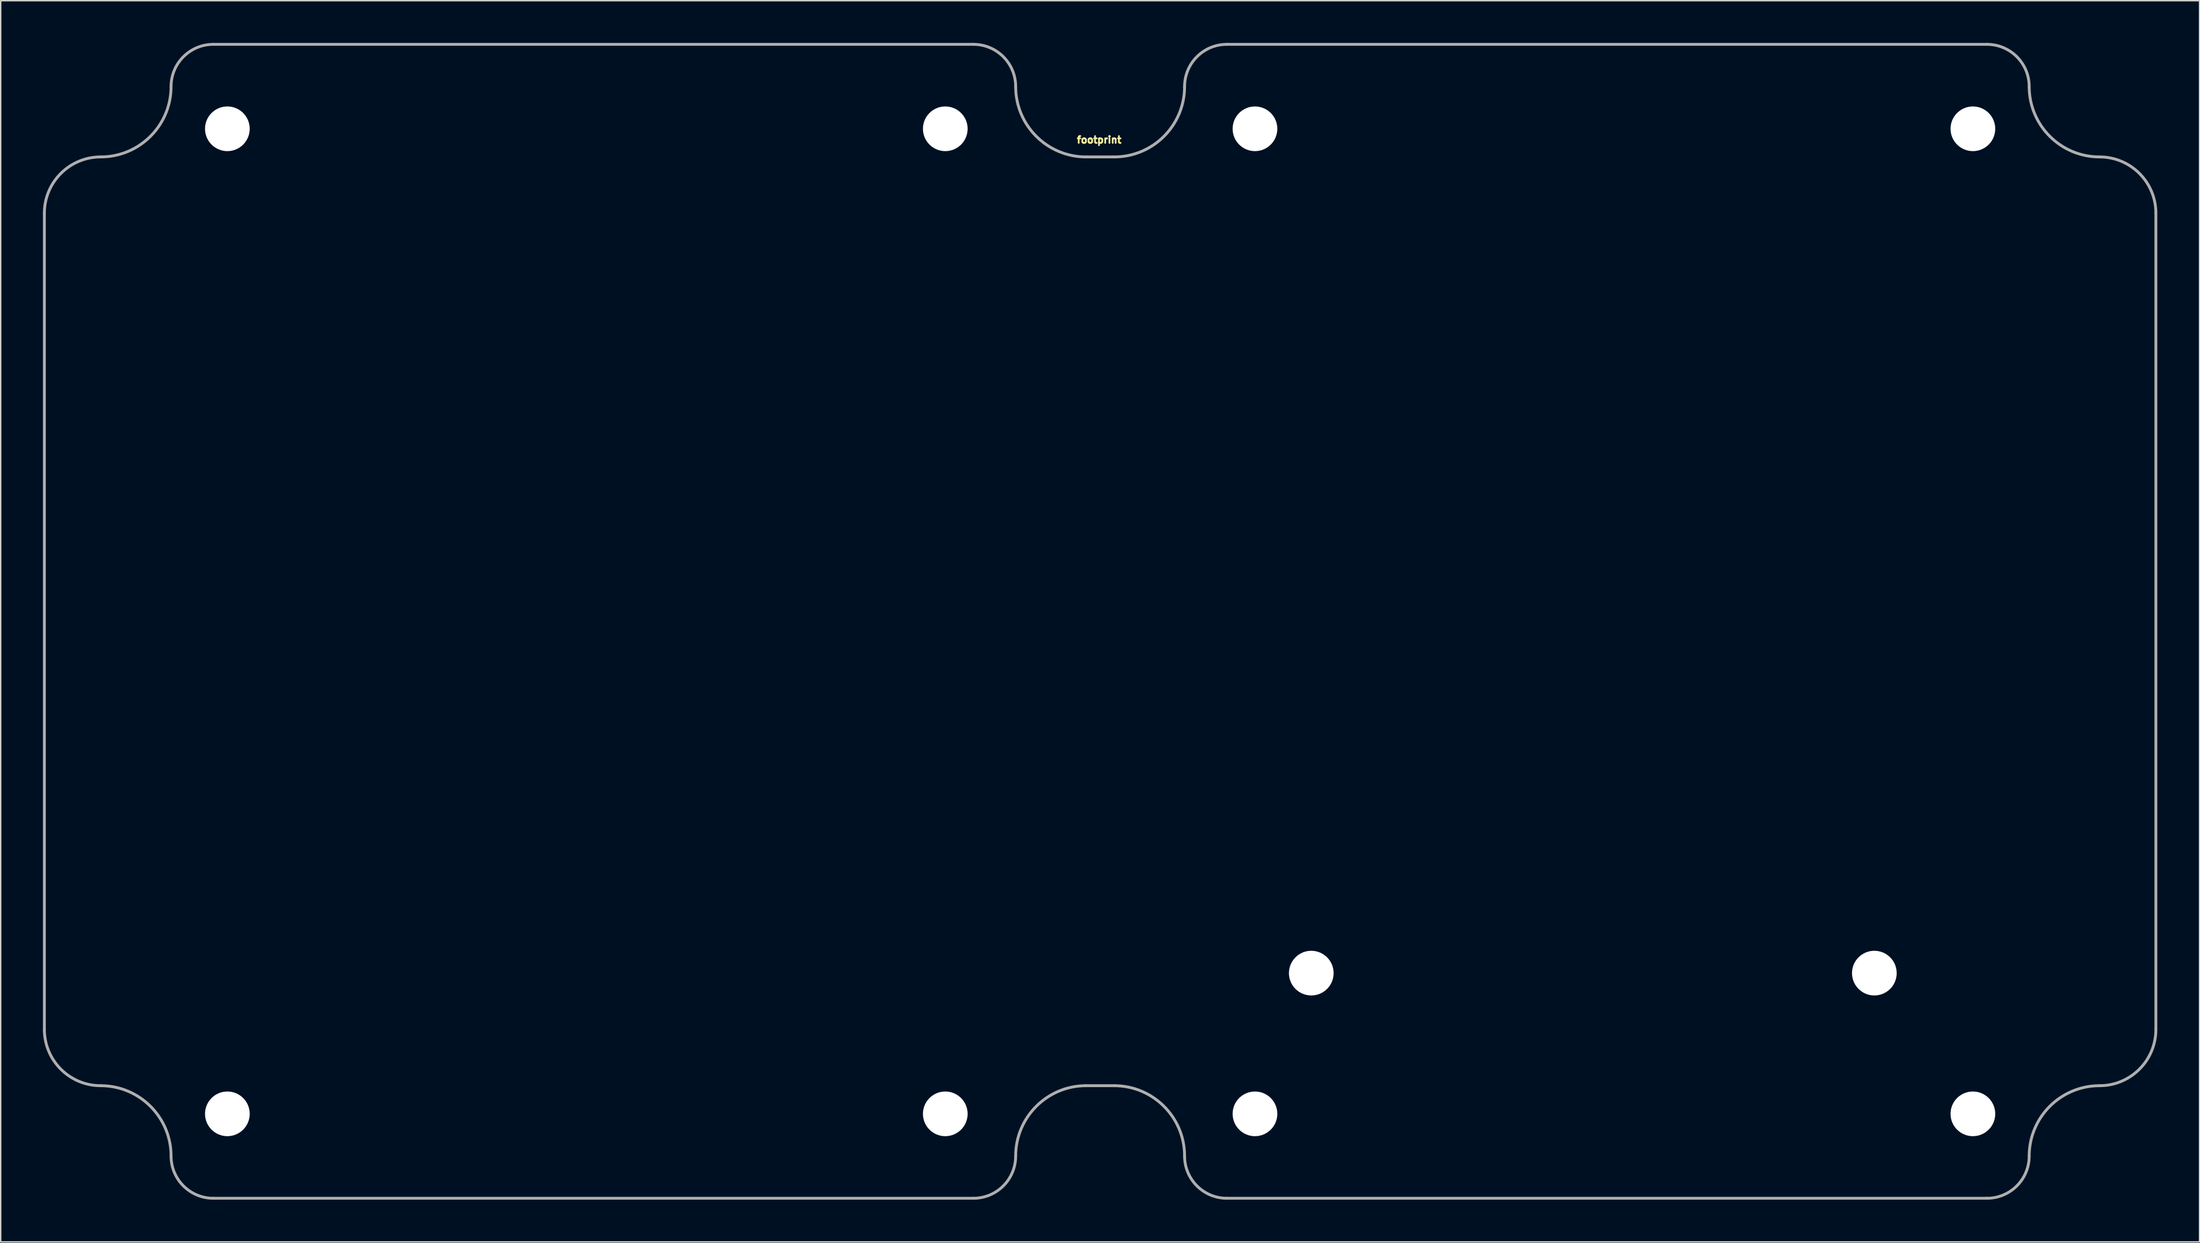
<source format=kicad_pcb>
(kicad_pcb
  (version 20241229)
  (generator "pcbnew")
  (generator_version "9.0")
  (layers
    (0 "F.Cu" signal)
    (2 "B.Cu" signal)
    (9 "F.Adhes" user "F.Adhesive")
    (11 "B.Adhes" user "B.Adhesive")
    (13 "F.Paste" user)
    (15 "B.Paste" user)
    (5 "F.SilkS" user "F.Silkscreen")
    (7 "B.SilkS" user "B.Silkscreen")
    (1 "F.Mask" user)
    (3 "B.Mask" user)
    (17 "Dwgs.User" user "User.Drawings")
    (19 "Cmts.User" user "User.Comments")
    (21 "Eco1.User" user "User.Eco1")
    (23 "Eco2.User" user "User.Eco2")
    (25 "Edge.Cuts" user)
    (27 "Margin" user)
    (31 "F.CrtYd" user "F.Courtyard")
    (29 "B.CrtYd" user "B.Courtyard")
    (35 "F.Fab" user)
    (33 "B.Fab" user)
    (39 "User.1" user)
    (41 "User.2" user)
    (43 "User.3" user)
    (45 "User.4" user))
  (footprint "footprint"
    (layer "F.Cu")
    (at 75.032 41.462)
    (property "Reference" "footprint" (at 0 -34.29 0) (layer "F.SilkS") (effects (font (size 0.488 0.488) (thickness 0.122)) (justify bottom)))
    (fp_line (start -74.93 -29.36) (end -74.93 28.64) (stroke (width 0.203) (type solid)) (layer "F.Fab"))
    (fp_line (start -62.93 40.64) (end -8.93 40.64) (stroke (width 0.203) (type solid)) (layer "F.Fab"))
    (fp_line (start -8.93 -41.36) (end -62.93 -41.36) (stroke (width 0.203) (type solid)) (layer "F.Fab"))
    (fp_line (start -0.93 -33.36) (end 1.07 -33.36) (stroke (width 0.203) (type solid)) (layer "F.Fab"))
    (fp_line (start -0.93 32.64) (end 1.07 32.64) (stroke (width 0.203) (type solid)) (layer "F.Fab"))
    (fp_line (start 9.07 40.64) (end 63.07 40.64) (stroke (width 0.203) (type solid)) (layer "F.Fab"))
    (fp_line (start 63.07 -41.36) (end 9.07 -41.36) (stroke (width 0.203) (type solid)) (layer "F.Fab"))
    (fp_line (start 75.07 28.64) (end 75.07 -29.36) (stroke (width 0.203) (type solid)) (layer "F.Fab"))
    (fp_arc (start -74.93 -29.36) (mid -73.758427 -32.188427) (end -70.93 -33.36) (stroke (width 0.2032) (type solid)) (layer "F.Fab"))
    (fp_arc (start -70.93 32.64) (mid -73.758427 31.468427) (end -74.93 28.64) (stroke (width 0.2032) (type solid)) (layer "F.Fab"))
    (fp_arc (start -70.93 32.64) (mid -67.394466 34.104466) (end -65.93 37.64) (stroke (width 0.2032) (type solid)) (layer "F.Fab"))
    (fp_arc (start -65.93 -38.36) (mid -67.394466 -34.824466) (end -70.93 -33.36) (stroke (width 0.2032) (type solid)) (layer "F.Fab"))
    (fp_arc (start -65.93 -38.36) (mid -65.05132 -40.48132) (end -62.93 -41.36) (stroke (width 0.2032) (type solid)) (layer "F.Fab"))
    (fp_arc (start -62.93 40.64) (mid -65.05132 39.76132) (end -65.93 37.64) (stroke (width 0.2032) (type solid)) (layer "F.Fab"))
    (fp_arc (start -8.93 -41.36) (mid -6.80868 -40.48132) (end -5.93 -38.36) (stroke (width 0.2032) (type solid)) (layer "F.Fab"))
    (fp_arc (start -5.93 37.64) (mid -6.80868 39.76132) (end -8.93 40.64) (stroke (width 0.2032) (type solid)) (layer "F.Fab"))
    (fp_arc (start -5.93 37.64) (mid -4.465534 34.104465) (end -0.929999 32.639999) (stroke (width 0.2032) (type solid)) (layer "F.Fab"))
    (fp_arc (start -0.929999 -33.359999) (mid -4.465534 -34.824465) (end -5.93 -38.36) (stroke (width 0.2032) (type solid)) (layer "F.Fab"))
    (fp_arc (start 1.07 32.64) (mid 4.605534 34.104467) (end 6.069999 37.640001) (stroke (width 0.2032) (type solid)) (layer "F.Fab"))
    (fp_arc (start 6.069999 -38.360001) (mid 4.605534 -34.824467) (end 1.07 -33.36) (stroke (width 0.2032) (type solid)) (layer "F.Fab"))
    (fp_arc (start 6.07 -38.36) (mid 6.94868 -40.48132) (end 9.07 -41.36) (stroke (width 0.2032) (type solid)) (layer "F.Fab"))
    (fp_arc (start 9.07 40.64) (mid 6.94868 39.76132) (end 6.07 37.64) (stroke (width 0.2032) (type solid)) (layer "F.Fab"))
    (fp_arc (start 63.07 -41.36) (mid 65.19132 -40.48132) (end 66.07 -38.36) (stroke (width 0.2032) (type solid)) (layer "F.Fab"))
    (fp_arc (start 66.07 37.64) (mid 65.19132 39.76132) (end 63.07 40.64) (stroke (width 0.2032) (type solid)) (layer "F.Fab"))
    (fp_arc (start 66.07 37.64) (mid 67.534466 34.104466) (end 71.07 32.64) (stroke (width 0.2032) (type solid)) (layer "F.Fab"))
    (fp_arc (start 71.07 -33.36) (mid 67.534466 -34.824466) (end 66.07 -38.36) (stroke (width 0.2032) (type solid)) (layer "F.Fab"))
    (fp_arc (start 71.07 -33.36) (mid 73.898427 -32.188427) (end 75.07 -29.36) (stroke (width 0.2032) (type solid)) (layer "F.Fab"))
    (fp_arc (start 75.07 28.64) (mid 73.898427 31.468427) (end 71.07 32.64) (stroke (width 0.2032) (type solid)) (layer "F.Fab"))
    (pad "" np_thru_hole circle (at -61.93 -35.36) (size 3.175 3.175) (drill 3.175) (layers "*.Cu" "*.Mask"))
    (pad "" np_thru_hole circle (at -61.93 34.64) (size 3.175 3.175) (drill 3.175) (layers "*.Cu" "*.Mask"))
    (pad "" np_thru_hole circle (at -10.93 -35.36) (size 3.175 3.175) (drill 3.175) (layers "*.Cu" "*.Mask"))
    (pad "" np_thru_hole circle (at -10.93 34.64) (size 3.175 3.175) (drill 3.175) (layers "*.Cu" "*.Mask"))
    (pad "" np_thru_hole circle (at 11.07 -35.36) (size 3.175 3.175) (drill 3.175) (layers "*.Cu" "*.Mask"))
    (pad "" np_thru_hole circle (at 11.07 34.64) (size 3.175 3.175) (drill 3.175) (layers "*.Cu" "*.Mask"))
    (pad "" np_thru_hole circle (at 15.07 24.64) (size 3.175 3.175) (drill 3.175) (layers "*.Cu" "*.Mask"))
    (pad "" np_thru_hole circle (at 55.07 24.64) (size 3.175 3.175) (drill 3.175) (layers "*.Cu" "*.Mask"))
    (pad "" np_thru_hole circle (at 62.07 -35.36) (size 3.175 3.175) (drill 3.175) (layers "*.Cu" "*.Mask"))
    (pad "" np_thru_hole circle (at 62.07 34.64) (size 3.175 3.175) (drill 3.175) (layers "*.Cu" "*.Mask")))
  (gr_rect
    (start -3 -3)
    (end 153.203 85.203)
    (stroke (width 0.1) (type default))
    (fill no)
    (layer "Edge.Cuts")))
</source>
